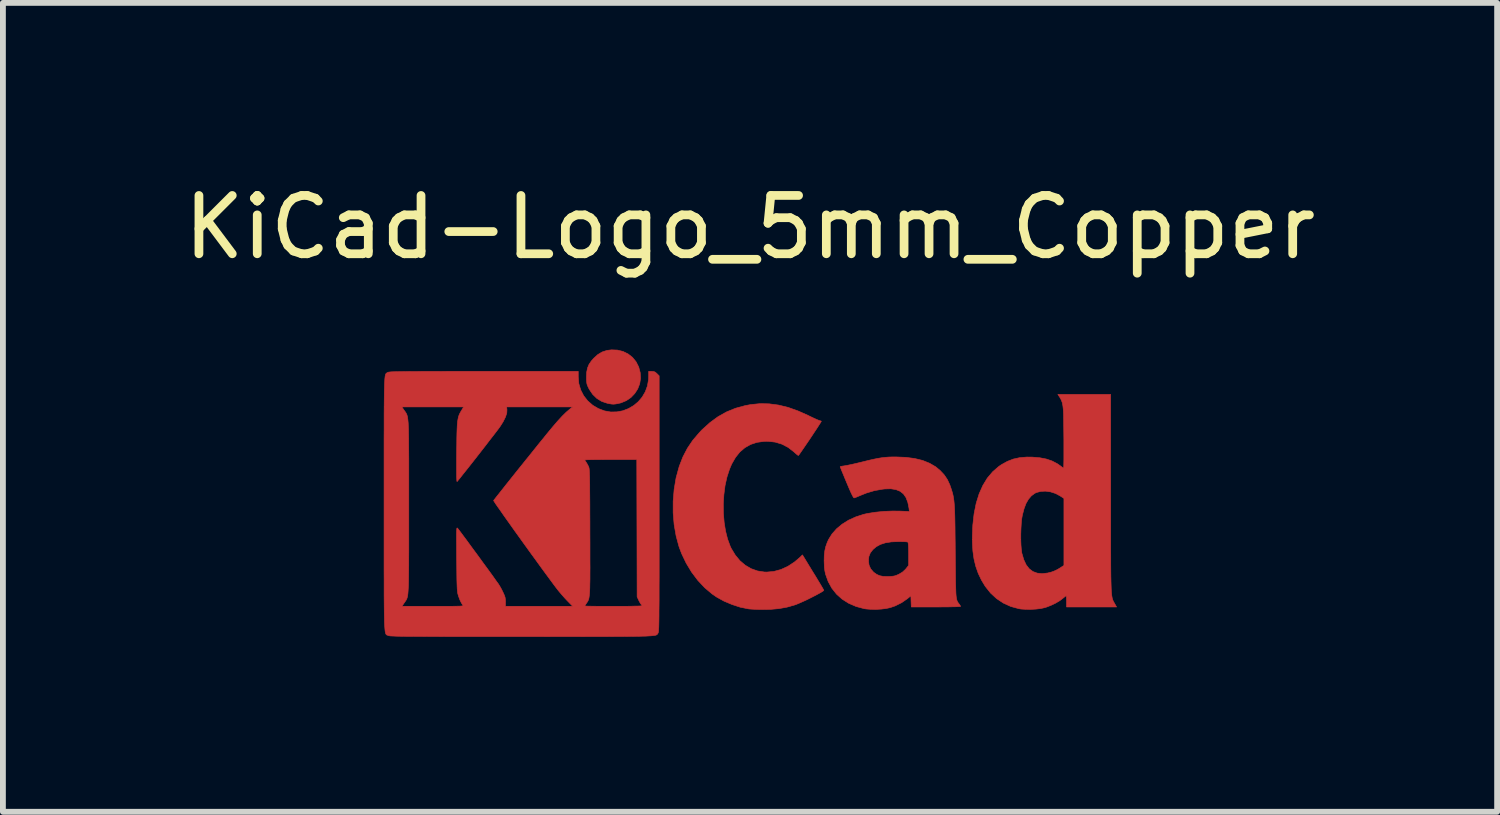
<source format=kicad_pcb>
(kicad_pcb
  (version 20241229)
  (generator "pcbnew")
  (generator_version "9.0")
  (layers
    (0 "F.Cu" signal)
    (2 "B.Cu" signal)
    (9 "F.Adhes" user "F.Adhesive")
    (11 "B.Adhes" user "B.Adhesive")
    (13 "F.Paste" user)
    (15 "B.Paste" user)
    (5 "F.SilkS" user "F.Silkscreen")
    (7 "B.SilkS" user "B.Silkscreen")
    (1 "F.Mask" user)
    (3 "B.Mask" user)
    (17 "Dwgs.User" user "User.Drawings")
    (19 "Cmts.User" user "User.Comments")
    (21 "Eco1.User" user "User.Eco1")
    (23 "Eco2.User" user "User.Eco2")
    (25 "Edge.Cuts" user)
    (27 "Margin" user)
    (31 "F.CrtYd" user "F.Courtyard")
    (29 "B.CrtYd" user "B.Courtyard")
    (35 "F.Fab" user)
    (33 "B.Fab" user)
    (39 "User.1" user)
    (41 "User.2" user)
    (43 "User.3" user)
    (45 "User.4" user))
  (footprint "KiCad-Logo_5mm_Copper"
    (layer "F.Cu")
    (at 9.815 5.928)
    (property "Reference" "KiCad-Logo_5mm_Copper" (at 0 -5.08 0) (layer "F.SilkS") (effects (font (size 1 1) (thickness 0.15))))
    (attr board_only exclude_from_pos_files exclude_from_bom allow_missing_courtyard)
    (fp_poly (pts (xy -2.273 -2.973) (xy -2.177 -2.949) (xy -2.09 -2.906) (xy -2.015 -2.847) (xy -1.954 -2.772) (xy -1.909 -2.683) (xy -1.883 -2.586) (xy -1.877 -2.489) (xy -1.892 -2.395) (xy -1.926 -2.307) (xy -1.977 -2.228) (xy -2.042 -2.16) (xy -2.121 -2.106) (xy -2.212 -2.068) (xy -2.263 -2.056) (xy -2.308 -2.048) (xy -2.342 -2.045) (xy -2.375 -2.047) (xy -2.415 -2.054) (xy -2.449 -2.061) (xy -2.542 -2.092) (xy -2.626 -2.143) (xy -2.698 -2.213) (xy -2.756 -2.298) (xy -2.77 -2.326) (xy -2.787 -2.362) (xy -2.797 -2.392) (xy -2.802 -2.425) (xy -2.805 -2.466) (xy -2.805 -2.512) (xy -2.801 -2.596) (xy -2.787 -2.665) (xy -2.762 -2.726) (xy -2.723 -2.784) (xy -2.684 -2.829) (xy -2.612 -2.895) (xy -2.537 -2.94) (xy -2.455 -2.967) (xy -2.377 -2.977) (xy -2.273 -2.973)) (stroke (width 0.01) (type solid)) (fill yes) (layer "F.Cu"))
    (fp_poly (pts (xy 0.328 -2.051) (xy 0.489 -2.03) (xy 0.653 -1.99) (xy 0.822 -1.93) (xy 1 -1.851) (xy 1.011 -1.845) (xy 1.069 -1.817) (xy 1.121 -1.793) (xy 1.162 -1.775) (xy 1.19 -1.764) (xy 1.2 -1.761) (xy 1.219 -1.756) (xy 1.224 -1.752) (xy 1.218 -1.741) (xy 1.202 -1.715) (xy 1.177 -1.676) (xy 1.145 -1.626) (xy 1.107 -1.569) (xy 1.066 -1.507) (xy 1.023 -1.442) (xy 0.98 -1.379) (xy 0.939 -1.319) (xy 0.902 -1.265) (xy 0.871 -1.22) (xy 0.847 -1.186) (xy 0.832 -1.167) (xy 0.83 -1.165) (xy 0.82 -1.17) (xy 0.798 -1.187) (xy 0.767 -1.214) (xy 0.752 -1.228) (xy 0.655 -1.303) (xy 0.548 -1.359) (xy 0.433 -1.394) (xy 0.31 -1.408) (xy 0.241 -1.407) (xy 0.119 -1.39) (xy 0.01 -1.354) (xy -0.087 -1.299) (xy -0.174 -1.225) (xy -0.249 -1.131) (xy -0.314 -1.018) (xy -0.351 -0.931) (xy -0.395 -0.796) (xy -0.428 -0.648) (xy -0.448 -0.493) (xy -0.458 -0.333) (xy -0.456 -0.173) (xy -0.443 -0.016) (xy -0.419 0.133) (xy -0.384 0.271) (xy -0.338 0.395) (xy -0.322 0.429) (xy -0.253 0.543) (xy -0.173 0.64) (xy -0.081 0.718) (xy 0.02 0.777) (xy 0.13 0.816) (xy 0.247 0.834) (xy 0.289 0.835) (xy 0.41 0.824) (xy 0.531 0.791) (xy 0.649 0.737) (xy 0.762 0.663) (xy 0.854 0.585) (xy 0.9 0.54) (xy 1.081 0.837) (xy 1.127 0.911) (xy 1.168 0.98) (xy 1.204 1.039) (xy 1.233 1.088) (xy 1.254 1.124) (xy 1.265 1.144) (xy 1.266 1.147) (xy 1.258 1.157) (xy 1.233 1.174) (xy 1.193 1.197) (xy 1.142 1.225) (xy 1.084 1.255) (xy 1.021 1.287) (xy 0.958 1.318) (xy 0.896 1.346) (xy 0.839 1.371) (xy 0.791 1.391) (xy 0.768 1.399) (xy 0.634 1.437) (xy 0.496 1.462) (xy 0.349 1.475) (xy 0.222 1.477) (xy 0.154 1.476) (xy 0.088 1.474) (xy 0.031 1.471) (xy -0.013 1.468) (xy -0.027 1.466) (xy -0.166 1.438) (xy -0.307 1.392) (xy -0.445 1.334) (xy -0.572 1.264) (xy -0.649 1.211) (xy -0.777 1.103) (xy -0.895 0.977) (xy -1.002 0.835) (xy -1.095 0.681) (xy -1.173 0.518) (xy -1.217 0.401) (xy -1.267 0.217) (xy -1.301 0.023) (xy -1.318 -0.179) (xy -1.318 -0.382) (xy -1.301 -0.584) (xy -1.268 -0.781) (xy -1.217 -0.967) (xy -1.214 -0.978) (xy -1.151 -1.14) (xy -1.074 -1.288) (xy -0.981 -1.426) (xy -0.868 -1.558) (xy -0.825 -1.604) (xy -0.688 -1.728) (xy -0.549 -1.83) (xy -0.403 -1.912) (xy -0.249 -1.975) (xy -0.084 -2.02) (xy 0.011 -2.038) (xy 0.17 -2.054) (xy 0.328 -2.051)) (stroke (width 0.01) (type solid)) (fill yes) (layer "F.Cu"))
    (fp_poly (pts (xy 6.187 -0.528) (xy 6.187 -0.293) (xy 6.187 -0.08) (xy 6.187 0.112) (xy 6.187 0.285) (xy 6.187 0.441) (xy 6.188 0.579) (xy 6.188 0.701) (xy 6.189 0.808) (xy 6.19 0.901) (xy 6.192 0.982) (xy 6.194 1.051) (xy 6.196 1.11) (xy 6.198 1.159) (xy 6.202 1.2) (xy 6.205 1.234) (xy 6.21 1.262) (xy 6.214 1.285) (xy 6.22 1.304) (xy 6.226 1.321) (xy 6.233 1.335) (xy 6.24 1.349) (xy 6.249 1.364) (xy 6.254 1.373) (xy 6.288 1.434) (xy 5.43 1.434) (xy 5.43 1.338) (xy 5.429 1.294) (xy 5.427 1.261) (xy 5.424 1.243) (xy 5.423 1.242) (xy 5.412 1.249) (xy 5.389 1.267) (xy 5.366 1.286) (xy 5.312 1.327) (xy 5.242 1.368) (xy 5.165 1.405) (xy 5.088 1.435) (xy 5.057 1.445) (xy 4.989 1.46) (xy 4.906 1.47) (xy 4.816 1.475) (xy 4.728 1.474) (xy 4.649 1.469) (xy 4.612 1.463) (xy 4.473 1.425) (xy 4.346 1.367) (xy 4.23 1.29) (xy 4.127 1.195) (xy 4.036 1.081) (xy 3.969 0.97) (xy 3.914 0.854) (xy 3.872 0.734) (xy 3.842 0.608) (xy 3.823 0.472) (xy 3.815 0.32) (xy 3.814 0.243) (xy 3.816 0.186) (xy 4.645 0.186) (xy 4.645 0.279) (xy 4.648 0.367) (xy 4.654 0.444) (xy 4.662 0.505) (xy 4.665 0.517) (xy 4.697 0.625) (xy 4.738 0.712) (xy 4.79 0.779) (xy 4.853 0.826) (xy 4.926 0.853) (xy 5.011 0.862) (xy 5.107 0.851) (xy 5.17 0.835) (xy 5.219 0.817) (xy 5.274 0.791) (xy 5.314 0.767) (xy 5.385 0.721) (xy 5.385 -0.429) (xy 5.317 -0.473) (xy 5.239 -0.514) (xy 5.155 -0.541) (xy 5.07 -0.553) (xy 4.988 -0.549) (xy 4.915 -0.53) (xy 4.883 -0.515) (xy 4.826 -0.472) (xy 4.777 -0.415) (xy 4.735 -0.342) (xy 4.701 -0.252) (xy 4.672 -0.141) (xy 4.671 -0.135) (xy 4.66 -0.073) (xy 4.653 0.005) (xy 4.648 0.093) (xy 4.645 0.186) (xy 3.816 0.186) (xy 3.822 0.03) (xy 3.844 -0.166) (xy 3.88 -0.345) (xy 3.93 -0.506) (xy 3.994 -0.65) (xy 4.071 -0.777) (xy 4.163 -0.886) (xy 4.268 -0.977) (xy 4.314 -1.008) (xy 4.415 -1.064) (xy 4.518 -1.104) (xy 4.628 -1.128) (xy 4.749 -1.138) (xy 4.842 -1.137) (xy 4.971 -1.126) (xy 5.084 -1.104) (xy 5.183 -1.07) (xy 5.271 -1.024) (xy 5.32 -0.99) (xy 5.349 -0.968) (xy 5.371 -0.953) (xy 5.379 -0.948) (xy 5.381 -0.959) (xy 5.382 -0.99) (xy 5.383 -1.037) (xy 5.384 -1.1) (xy 5.384 -1.173) (xy 5.384 -1.256) (xy 5.384 -1.344) (xy 5.384 -1.436) (xy 5.383 -1.528) (xy 5.382 -1.618) (xy 5.381 -1.704) (xy 5.38 -1.781) (xy 5.379 -1.848) (xy 5.377 -1.902) (xy 5.375 -1.94) (xy 5.375 -1.947) (xy 5.367 -2.018) (xy 5.356 -2.073) (xy 5.338 -2.12) (xy 5.312 -2.166) (xy 5.305 -2.176) (xy 5.281 -2.213) (xy 6.186 -2.213) (xy 6.187 -0.528)) (stroke (width 0.01) (type solid)) (fill yes) (layer "F.Cu"))
    (fp_poly (pts (xy 2.674 -1.133) (xy 2.825 -1.113) (xy 2.961 -1.08) (xy 3.08 -1.032) (xy 3.185 -0.971) (xy 3.262 -0.907) (xy 3.331 -0.833) (xy 3.385 -0.753) (xy 3.428 -0.661) (xy 3.443 -0.618) (xy 3.456 -0.579) (xy 3.467 -0.543) (xy 3.477 -0.508) (xy 3.485 -0.472) (xy 3.492 -0.433) (xy 3.498 -0.39) (xy 3.503 -0.34) (xy 3.507 -0.283) (xy 3.51 -0.215) (xy 3.513 -0.136) (xy 3.515 -0.043) (xy 3.517 0.066) (xy 3.518 0.192) (xy 3.52 0.337) (xy 3.521 0.48) (xy 3.522 0.636) (xy 3.524 0.771) (xy 3.525 0.887) (xy 3.526 0.986) (xy 3.528 1.068) (xy 3.53 1.136) (xy 3.532 1.192) (xy 3.535 1.236) (xy 3.539 1.271) (xy 3.544 1.299) (xy 3.55 1.321) (xy 3.557 1.338) (xy 3.565 1.352) (xy 3.574 1.366) (xy 3.585 1.38) (xy 3.59 1.385) (xy 3.605 1.408) (xy 3.612 1.423) (xy 3.612 1.424) (xy 3.602 1.426) (xy 3.571 1.428) (xy 3.522 1.43) (xy 3.458 1.431) (xy 3.382 1.433) (xy 3.295 1.433) (xy 3.2 1.434) (xy 3.19 1.434) (xy 2.767 1.434) (xy 2.763 1.338) (xy 2.76 1.242) (xy 2.698 1.293) (xy 2.601 1.36) (xy 2.491 1.415) (xy 2.404 1.445) (xy 2.335 1.46) (xy 2.252 1.47) (xy 2.162 1.475) (xy 2.074 1.474) (xy 1.995 1.468) (xy 1.959 1.463) (xy 1.819 1.425) (xy 1.692 1.37) (xy 1.58 1.299) (xy 1.484 1.213) (xy 1.404 1.112) (xy 1.341 0.997) (xy 1.296 0.871) (xy 1.284 0.814) (xy 1.276 0.752) (xy 1.273 0.677) (xy 1.272 0.643) (xy 1.272 0.64) (xy 2.032 0.64) (xy 2.042 0.715) (xy 2.07 0.779) (xy 2.118 0.835) (xy 2.123 0.839) (xy 2.172 0.874) (xy 2.223 0.897) (xy 2.284 0.909) (xy 2.359 0.911) (xy 2.377 0.911) (xy 2.431 0.908) (xy 2.471 0.903) (xy 2.506 0.893) (xy 2.545 0.876) (xy 2.556 0.871) (xy 2.616 0.835) (xy 2.663 0.792) (xy 2.676 0.777) (xy 2.721 0.72) (xy 2.721 0.525) (xy 2.72 0.446) (xy 2.718 0.388) (xy 2.715 0.349) (xy 2.711 0.327) (xy 2.707 0.32) (xy 2.691 0.317) (xy 2.657 0.314) (xy 2.61 0.313) (xy 2.555 0.312) (xy 2.546 0.312) (xy 2.425 0.317) (xy 2.323 0.333) (xy 2.236 0.361) (xy 2.164 0.401) (xy 2.109 0.448) (xy 2.064 0.506) (xy 2.039 0.569) (xy 2.032 0.64) (xy 1.272 0.64) (xy 1.274 0.55) (xy 1.283 0.471) (xy 1.299 0.4) (xy 1.324 0.329) (xy 1.348 0.276) (xy 1.407 0.181) (xy 1.485 0.093) (xy 1.58 0.014) (xy 1.69 -0.055) (xy 1.813 -0.111) (xy 1.945 -0.154) (xy 2.009 -0.169) (xy 2.146 -0.191) (xy 2.294 -0.206) (xy 2.446 -0.212) (xy 2.572 -0.211) (xy 2.734 -0.204) (xy 2.727 -0.263) (xy 2.707 -0.362) (xy 2.676 -0.443) (xy 2.632 -0.506) (xy 2.575 -0.551) (xy 2.503 -0.58) (xy 2.416 -0.594) (xy 2.313 -0.591) (xy 2.275 -0.587) (xy 2.134 -0.562) (xy 1.997 -0.521) (xy 1.902 -0.483) (xy 1.857 -0.464) (xy 1.819 -0.448) (xy 1.792 -0.439) (xy 1.785 -0.437) (xy 1.775 -0.446) (xy 1.758 -0.475) (xy 1.734 -0.524) (xy 1.703 -0.594) (xy 1.665 -0.684) (xy 1.658 -0.7) (xy 1.628 -0.772) (xy 1.601 -0.838) (xy 1.578 -0.893) (xy 1.561 -0.936) (xy 1.55 -0.963) (xy 1.547 -0.972) (xy 1.557 -0.977) (xy 1.583 -0.982) (xy 1.611 -0.986) (xy 1.642 -0.991) (xy 1.689 -1) (xy 1.751 -1.013) (xy 1.821 -1.029) (xy 1.896 -1.047) (xy 1.925 -1.054) (xy 2.03 -1.08) (xy 2.117 -1.1) (xy 2.192 -1.115) (xy 2.258 -1.126) (xy 2.319 -1.133) (xy 2.381 -1.138) (xy 2.446 -1.14) (xy 2.504 -1.14) (xy 2.674 -1.133)) (stroke (width 0.01) (type solid)) (fill yes) (layer "F.Cu"))
    (fp_poly (pts (xy -2.946 -2.511) (xy -2.936 -2.397) (xy -2.904 -2.289) (xy -2.853 -2.19) (xy -2.784 -2.102) (xy -2.699 -2.027) (xy -2.602 -1.97) (xy -2.496 -1.93) (xy -2.389 -1.911) (xy -2.283 -1.913) (xy -2.181 -1.932) (xy -2.085 -1.969) (xy -1.996 -2.021) (xy -1.917 -2.087) (xy -1.849 -2.167) (xy -1.796 -2.258) (xy -1.759 -2.359) (xy -1.74 -2.47) (xy -1.738 -2.52) (xy -1.738 -2.608) (xy -1.687 -2.608) (xy -1.65 -2.605) (xy -1.623 -2.593) (xy -1.596 -2.569) (xy -1.558 -2.531) (xy -1.558 -0.339) (xy -1.558 -0.077) (xy -1.558 0.163) (xy -1.558 0.383) (xy -1.558 0.583) (xy -1.558 0.764) (xy -1.558 0.928) (xy -1.559 1.074) (xy -1.559 1.205) (xy -1.559 1.32) (xy -1.56 1.421) (xy -1.561 1.509) (xy -1.561 1.585) (xy -1.562 1.65) (xy -1.563 1.704) (xy -1.564 1.749) (xy -1.565 1.786) (xy -1.567 1.815) (xy -1.568 1.837) (xy -1.57 1.854) (xy -1.572 1.866) (xy -1.574 1.874) (xy -1.576 1.88) (xy -1.577 1.882) (xy -1.581 1.889) (xy -1.585 1.895) (xy -1.589 1.901) (xy -1.594 1.906) (xy -1.601 1.911) (xy -1.611 1.916) (xy -1.625 1.92) (xy -1.645 1.923) (xy -1.669 1.926) (xy -1.701 1.929) (xy -1.741 1.931) (xy -1.789 1.934) (xy -1.846 1.935) (xy -1.914 1.937) (xy -1.994 1.938) (xy -2.085 1.939) (xy -2.19 1.94) (xy -2.309 1.94) (xy -2.443 1.941) (xy -2.593 1.941) (xy -2.76 1.941) (xy -2.945 1.942) (xy -3.149 1.942) (xy -3.372 1.942) (xy -3.616 1.941) (xy -3.881 1.941) (xy -3.92 1.941) (xy -4.187 1.941) (xy -4.432 1.941) (xy -4.657 1.941) (xy -4.861 1.941) (xy -5.047 1.941) (xy -5.215 1.941) (xy -5.366 1.94) (xy -5.501 1.94) (xy -5.62 1.939) (xy -5.725 1.939) (xy -5.817 1.938) (xy -5.896 1.938) (xy -5.964 1.937) (xy -6.021 1.936) (xy -6.069 1.935) (xy -6.107 1.933) (xy -6.138 1.932) (xy -6.162 1.931) (xy -6.18 1.929) (xy -6.192 1.927) (xy -6.201 1.925) (xy -6.205 1.923) (xy -6.214 1.92) (xy -6.221 1.917) (xy -6.229 1.915) (xy -6.235 1.911) (xy -6.241 1.906) (xy -6.246 1.897) (xy -6.251 1.885) (xy -6.255 1.869) (xy -6.259 1.846) (xy -6.262 1.818) (xy -6.265 1.781) (xy -6.268 1.737) (xy -6.27 1.683) (xy -6.271 1.618) (xy -6.273 1.543) (xy -6.274 1.455) (xy -6.275 1.354) (xy -6.276 1.239) (xy -6.276 1.11) (xy -6.276 0.964) (xy -6.277 0.802) (xy -6.277 0.621) (xy -6.277 0.422) (xy -6.277 0.204) (xy -6.277 -0.035) (xy -6.277 -0.296) (xy -6.277 -0.338) (xy -6.277 -0.601) (xy -6.277 -0.842) (xy -6.277 -1.063) (xy -6.277 -1.264) (xy -6.277 -1.446) (xy -6.276 -1.61) (xy -6.276 -1.757) (xy -6.276 -1.888) (xy -6.275 -1.998) (xy -5.972 -1.998) (xy -5.932 -1.94) (xy -5.921 -1.925) (xy -5.911 -1.911) (xy -5.902 -1.897) (xy -5.894 -1.883) (xy -5.887 -1.868) (xy -5.881 -1.849) (xy -5.875 -1.826) (xy -5.871 -1.798) (xy -5.867 -1.764) (xy -5.863 -1.722) (xy -5.861 -1.67) (xy -5.858 -1.609) (xy -5.857 -1.537) (xy -5.855 -1.452) (xy -5.855 -1.354) (xy -5.854 -1.24) (xy -5.853 -1.111) (xy -5.853 -0.965) (xy -5.853 -0.8) (xy -5.853 -0.616) (xy -5.853 -0.41) (xy -5.853 -0.288) (xy -5.853 -0.071) (xy -5.853 0.125) (xy -5.853 0.3) (xy -5.853 0.456) (xy -5.854 0.595) (xy -5.854 0.717) (xy -5.855 0.823) (xy -5.856 0.915) (xy -5.857 0.994) (xy -5.859 1.062) (xy -5.862 1.118) (xy -5.865 1.165) (xy -5.868 1.204) (xy -5.872 1.235) (xy -5.877 1.261) (xy -5.883 1.282) (xy -5.89 1.299) (xy -5.897 1.314) (xy -5.906 1.327) (xy -5.915 1.341) (xy -5.925 1.356) (xy -5.932 1.365) (xy -5.97 1.422) (xy -5.439 1.422) (xy -5.315 1.422) (xy -5.213 1.422) (xy -5.129 1.422) (xy -5.063 1.421) (xy -5.012 1.42) (xy -4.974 1.419) (xy -4.948 1.417) (xy -4.932 1.415) (xy -4.923 1.412) (xy -4.921 1.408) (xy -4.923 1.404) (xy -4.925 1.403) (xy -4.95 1.366) (xy -4.976 1.313) (xy -4.999 1.251) (xy -5.007 1.224) (xy -5.012 1.206) (xy -5.016 1.185) (xy -5.019 1.159) (xy -5.022 1.126) (xy -5.024 1.083) (xy -5.026 1.028) (xy -5.028 0.96) (xy -5.029 0.877) (xy -5.03 0.775) (xy -5.031 0.654) (xy -5.032 0.61) (xy -5.033 0.484) (xy -5.033 0.38) (xy -5.034 0.295) (xy -5.034 0.227) (xy -5.034 0.174) (xy -5.033 0.135) (xy -5.031 0.107) (xy -5.029 0.09) (xy -5.027 0.081) (xy -5.023 0.078) (xy -5.019 0.08) (xy -5.015 0.085) (xy -5.004 0.098) (xy -4.982 0.127) (xy -4.95 0.17) (xy -4.909 0.225) (xy -4.861 0.289) (xy -4.808 0.362) (xy -4.751 0.44) (xy -4.691 0.521) (xy -4.631 0.603) (xy -4.572 0.685) (xy -4.514 0.763) (xy -4.461 0.836) (xy -4.413 0.902) (xy -4.373 0.959) (xy -4.341 1.004) (xy -4.318 1.035) (xy -4.314 1.041) (xy -4.291 1.078) (xy -4.264 1.126) (xy -4.239 1.176) (xy -4.236 1.183) (xy -4.214 1.231) (xy -4.201 1.268) (xy -4.196 1.304) (xy -4.194 1.346) (xy -4.195 1.422) (xy -3.041 1.422) (xy -3.132 1.329) (xy -3.179 1.279) (xy -3.229 1.222) (xy -3.275 1.168) (xy -3.295 1.143) (xy -3.326 1.103) (xy -3.366 1.05) (xy -3.414 0.985) (xy -3.47 0.909) (xy -3.532 0.825) (xy -3.599 0.733) (xy -3.669 0.636) (xy -3.743 0.535) (xy -3.817 0.432) (xy -3.892 0.328) (xy -3.966 0.225) (xy -4.038 0.125) (xy -4.106 0.029) (xy -4.17 -0.061) (xy -4.229 -0.144) (xy -4.28 -0.218) (xy -4.324 -0.28) (xy -4.359 -0.33) (xy -4.383 -0.367) (xy -4.396 -0.387) (xy -4.398 -0.391) (xy -4.39 -0.403) (xy -4.369 -0.43) (xy -4.337 -0.471) (xy -4.294 -0.525) (xy -4.243 -0.589) (xy -4.185 -0.663) (xy -4.12 -0.744) (xy -4.051 -0.831) (xy -3.979 -0.921) (xy -3.904 -1.014) (xy -3.845 -1.088) (xy -2.834 -1.088) (xy -2.828 -1.075) (xy -2.813 -1.053) (xy -2.812 -1.052) (xy -2.793 -1.021) (xy -2.774 -0.985) (xy -2.77 -0.976) (xy -2.766 -0.968) (xy -2.763 -0.958) (xy -2.76 -0.945) (xy -2.758 -0.927) (xy -2.756 -0.904) (xy -2.754 -0.873) (xy -2.753 -0.833) (xy -2.751 -0.784) (xy -2.75 -0.723) (xy -2.749 -0.649) (xy -2.749 -0.561) (xy -2.748 -0.457) (xy -2.747 -0.337) (xy -2.747 -0.198) (xy -2.746 -0.039) (xy -2.746 0.14) (xy -2.745 0.325) (xy -2.745 0.489) (xy -2.745 0.633) (xy -2.744 0.759) (xy -2.745 0.868) (xy -2.745 0.961) (xy -2.747 1.04) (xy -2.748 1.106) (xy -2.75 1.161) (xy -2.753 1.206) (xy -2.757 1.242) (xy -2.761 1.271) (xy -2.766 1.295) (xy -2.772 1.313) (xy -2.779 1.329) (xy -2.787 1.344) (xy -2.797 1.358) (xy -2.805 1.37) (xy -2.822 1.396) (xy -2.832 1.414) (xy -2.834 1.417) (xy -2.823 1.418) (xy -2.791 1.419) (xy -2.742 1.42) (xy -2.677 1.421) (xy -2.599 1.422) (xy -2.51 1.422) (xy -2.411 1.422) (xy -2.342 1.422) (xy -2.237 1.422) (xy -2.141 1.422) (xy -2.054 1.421) (xy -1.98 1.419) (xy -1.921 1.418) (xy -1.879 1.416) (xy -1.855 1.414) (xy -1.851 1.412) (xy -1.859 1.398) (xy -1.867 1.39) (xy -1.88 1.372) (xy -1.897 1.342) (xy -1.909 1.318) (xy -1.936 1.259) (xy -1.939 0.082) (xy -1.942 -1.095) (xy -2.388 -1.095) (xy -2.486 -1.095) (xy -2.576 -1.094) (xy -2.657 -1.094) (xy -2.725 -1.093) (xy -2.779 -1.092) (xy -2.815 -1.09) (xy -2.833 -1.089) (xy -2.834 -1.088) (xy -3.845 -1.088) (xy -3.829 -1.107) (xy -3.755 -1.199) (xy -3.683 -1.289) (xy -3.615 -1.374) (xy -3.551 -1.452) (xy -3.494 -1.523) (xy -3.444 -1.584) (xy -3.403 -1.633) (xy -3.386 -1.654) (xy -3.3 -1.754) (xy -3.223 -1.838) (xy -3.154 -1.906) (xy -3.091 -1.96) (xy -3.082 -1.967) (xy -3.042 -1.998) (xy -4.174 -1.998) (xy -4.169 -1.95) (xy -4.172 -1.893) (xy -4.194 -1.825) (xy -4.234 -1.745) (xy -4.279 -1.673) (xy -4.295 -1.65) (xy -4.323 -1.612) (xy -4.361 -1.562) (xy -4.408 -1.501) (xy -4.462 -1.432) (xy -4.52 -1.356) (xy -4.582 -1.276) (xy -4.646 -1.194) (xy -4.71 -1.112) (xy -4.773 -1.032) (xy -4.832 -0.957) (xy -4.887 -0.888) (xy -4.935 -0.828) (xy -4.974 -0.778) (xy -5.004 -0.742) (xy -5.022 -0.72) (xy -5.025 -0.717) (xy -5.028 -0.725) (xy -5.03 -0.755) (xy -5.032 -0.807) (xy -5.033 -0.881) (xy -5.033 -0.977) (xy -5.033 -1.094) (xy -5.032 -1.214) (xy -5.03 -1.346) (xy -5.029 -1.457) (xy -5.027 -1.551) (xy -5.024 -1.629) (xy -5.021 -1.692) (xy -5.016 -1.745) (xy -5.009 -1.788) (xy -5.002 -1.823) (xy -4.992 -1.854) (xy -4.98 -1.882) (xy -4.965 -1.91) (xy -4.95 -1.935) (xy -4.912 -1.998) (xy -5.972 -1.998) (xy -6.275 -1.998) (xy -6.275 -2.004) (xy -6.274 -2.106) (xy -6.273 -2.195) (xy -6.272 -2.272) (xy -6.27 -2.337) (xy -6.269 -2.393) (xy -6.266 -2.438) (xy -6.264 -2.475) (xy -6.261 -2.505) (xy -6.258 -2.528) (xy -6.254 -2.546) (xy -6.25 -2.559) (xy -6.245 -2.568) (xy -6.24 -2.574) (xy -6.234 -2.579) (xy -6.228 -2.582) (xy -6.222 -2.586) (xy -6.216 -2.589) (xy -6.21 -2.592) (xy -6.202 -2.594) (xy -6.19 -2.596) (xy -6.173 -2.598) (xy -6.149 -2.6) (xy -6.118 -2.601) (xy -6.079 -2.602) (xy -6.03 -2.603) (xy -5.971 -2.604) (xy -5.899 -2.605) (xy -5.815 -2.606) (xy -5.718 -2.606) (xy -5.605 -2.607) (xy -5.476 -2.607) (xy -5.33 -2.607) (xy -5.166 -2.608) (xy -4.982 -2.608) (xy -4.778 -2.608) (xy -4.567 -2.608) (xy -2.946 -2.608) (xy -2.946 -2.511)) (stroke (width 0.01) (type solid)) (fill yes) (layer "F.Cu")))
  (gr_rect
    (start -3 -3)
    (end 22.631 10.875)
    (stroke (width 0.1) (type default))
    (fill no)
    (layer "Edge.Cuts")))
</source>
